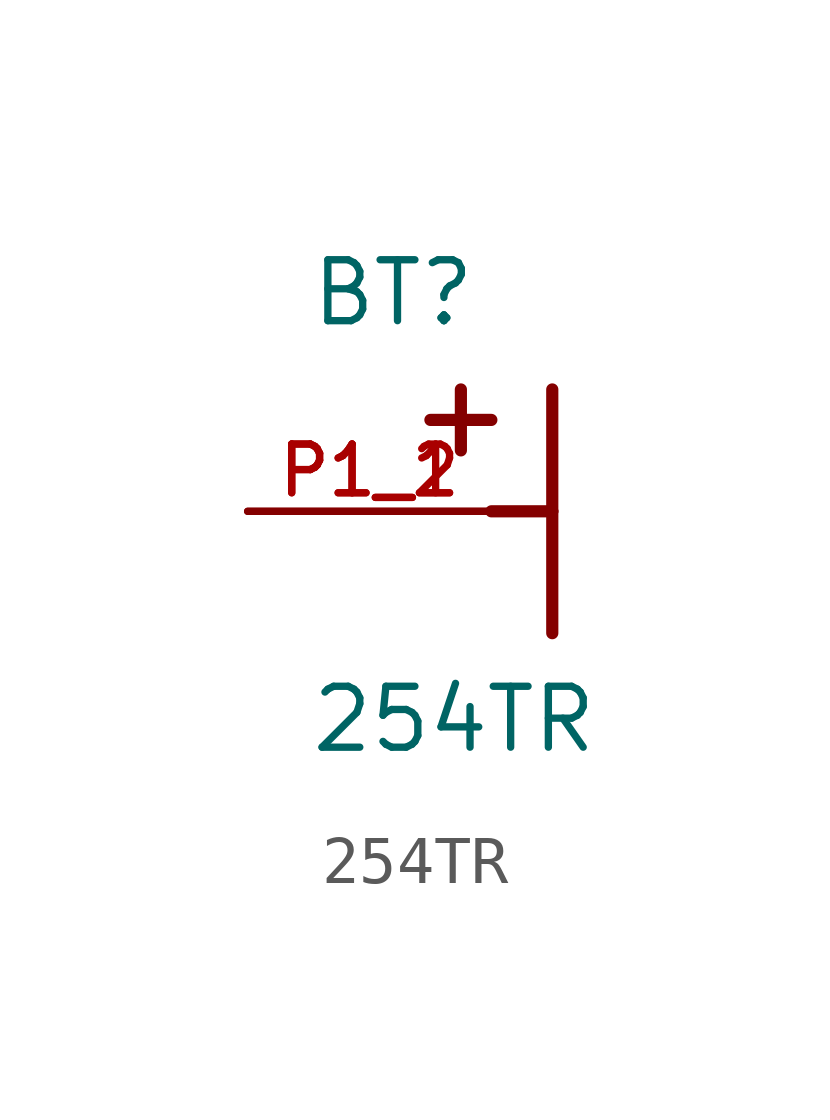
<source format=kicad_sym>
(kicad_symbol_lib
  (version 20211014)
  (generator kicad_symbol_editor)
  (symbol "254TR"
    (pin_names
      (offset 1.016) hide)
    (property "Reference" "BT"
      (at -3.81 3.81 0)
      (effects (font (size 1.27 1.27)) (justify left bottom)))
    (property "Value" "254TR"
      (at -3.81 -5.08 0)
      (effects (font (size 1.27 1.27)) (justify left bottom)))
    (property "ki_locked" ""
      (at 0 0 0)
      (effects (font (size 1.27 1.27))))
    (symbol "254TR_0_0"
      (polyline (pts (xy -1.27 1.905) (xy 0 1.905)) (stroke (width 0.254) (type default) (color 0 0 0 0)) (fill (type none)))
      (polyline (pts (xy -0.635 2.54) (xy -0.635 1.27)) (stroke (width 0.254) (type default) (color 0 0 0 0)) (fill (type none)))
      (polyline (pts (xy 1.27 0) (xy 0 0)) (stroke (width 0.254) (type default) (color 0 0 0 0)) (fill (type none)))
      (polyline (pts (xy 1.27 0) (xy 1.27 -2.54)) (stroke (width 0.254) (type default) (color 0 0 0 0)) (fill (type none)))
      (polyline (pts (xy 1.27 2.54) (xy 1.27 0)) (stroke (width 0.254) (type default) (color 0 0 0 0)) (fill (type none)))
      (pin passive line (at -5.08 0 0) (length 5.08) (name "~" (effects (font (size 1.016 1.016)))) (number "P1_1" (effects (font (size 1.016 1.016)))))
      (pin passive line (at -5.08 0 0) (length 5.08) (name "~" (effects (font (size 1.016 1.016)))) (number "P1_2" (effects (font (size 1.016 1.016))))))))
</source>
